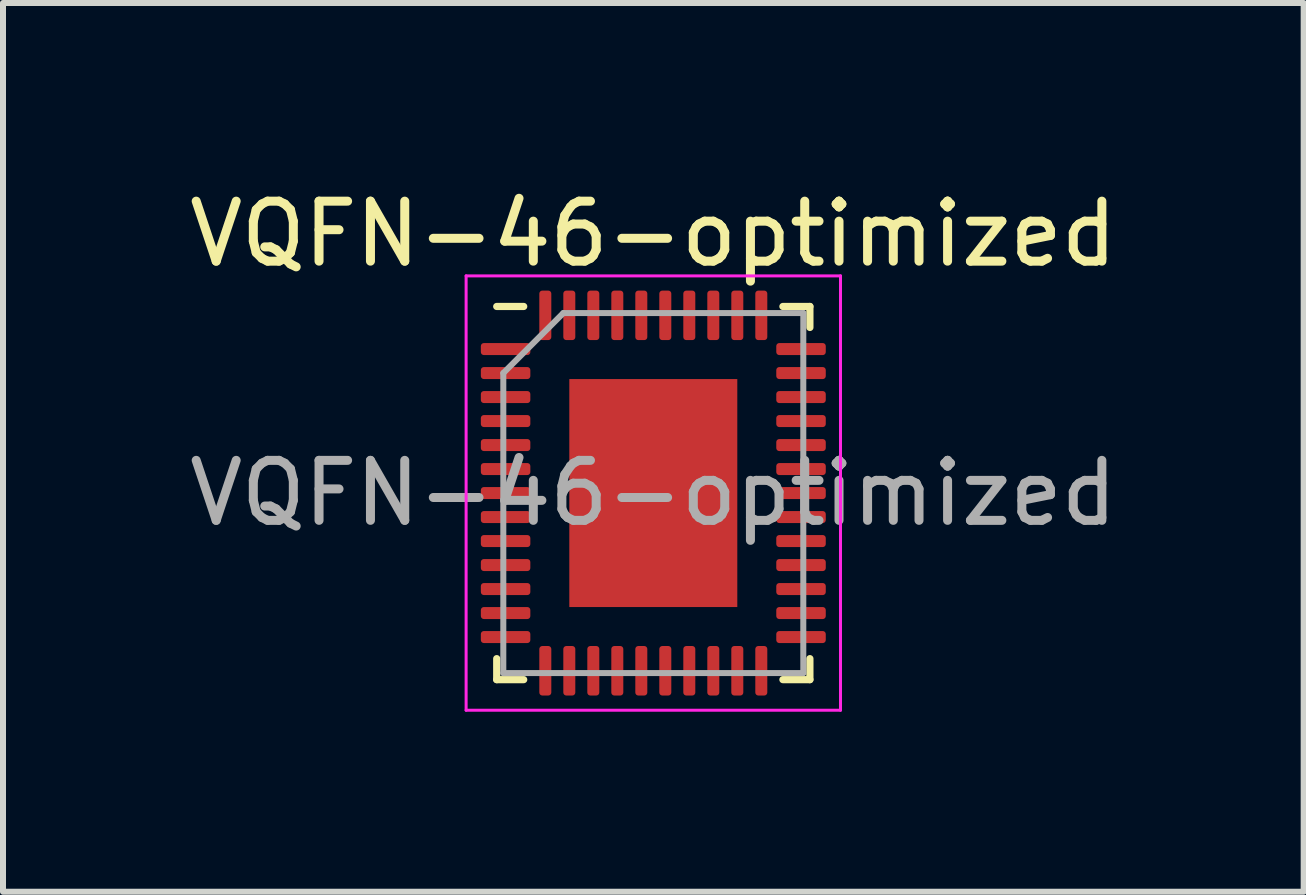
<source format=kicad_pcb>
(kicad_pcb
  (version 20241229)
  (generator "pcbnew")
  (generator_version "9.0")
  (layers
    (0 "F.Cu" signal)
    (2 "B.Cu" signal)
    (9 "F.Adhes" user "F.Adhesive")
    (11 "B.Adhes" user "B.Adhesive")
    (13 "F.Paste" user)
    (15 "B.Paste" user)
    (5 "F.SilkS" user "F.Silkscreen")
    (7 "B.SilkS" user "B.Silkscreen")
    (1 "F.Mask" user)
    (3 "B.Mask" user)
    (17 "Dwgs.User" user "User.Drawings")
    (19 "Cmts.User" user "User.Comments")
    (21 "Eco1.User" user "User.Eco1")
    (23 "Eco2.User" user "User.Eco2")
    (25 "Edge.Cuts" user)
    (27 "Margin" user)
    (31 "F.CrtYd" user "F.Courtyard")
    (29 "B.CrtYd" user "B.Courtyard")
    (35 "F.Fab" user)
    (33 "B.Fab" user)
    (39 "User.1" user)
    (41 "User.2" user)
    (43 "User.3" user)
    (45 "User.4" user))
  (footprint "VQFN-46-optimized"
    (layer "F.Cu")
    (at 7.839 5.168)
    (property "Reference" "VQFN-46-optimized" (at 0 -4.32 0) (layer "F.SilkS") (effects (font (size 1 1) (thickness 0.15))))
    (attr smd)
    (fp_line (start -2.61 3.11) (end -2.61 2.76) (stroke (width 0.12) (type solid)) (layer "F.SilkS"))
    (fp_line (start -2.16 -3.11) (end -2.61 -3.11) (stroke (width 0.12) (type solid)) (layer "F.SilkS"))
    (fp_line (start -2.16 3.11) (end -2.61 3.11) (stroke (width 0.12) (type solid)) (layer "F.SilkS"))
    (fp_line (start 2.16 -3.11) (end 2.61 -3.11) (stroke (width 0.12) (type solid)) (layer "F.SilkS"))
    (fp_line (start 2.16 3.11) (end 2.61 3.11) (stroke (width 0.12) (type solid)) (layer "F.SilkS"))
    (fp_line (start 2.61 -3.11) (end 2.61 -2.76) (stroke (width 0.12) (type solid)) (layer "F.SilkS"))
    (fp_line (start 2.61 3.11) (end 2.61 2.76) (stroke (width 0.12) (type solid)) (layer "F.SilkS"))
    (fp_line (start -3.12 -3.62) (end -3.12 3.62) (stroke (width 0.05) (type solid)) (layer "F.CrtYd"))
    (fp_line (start -3.12 3.62) (end 3.12 3.62) (stroke (width 0.05) (type solid)) (layer "F.CrtYd"))
    (fp_line (start 3.12 -3.62) (end -3.12 -3.62) (stroke (width 0.05) (type solid)) (layer "F.CrtYd"))
    (fp_line (start 3.12 3.62) (end 3.12 -3.62) (stroke (width 0.05) (type solid)) (layer "F.CrtYd"))
    (fp_line (start -2.5 -2) (end -1.5 -3) (stroke (width 0.1) (type solid)) (layer "F.Fab"))
    (fp_line (start -2.5 3) (end -2.5 -2) (stroke (width 0.1) (type solid)) (layer "F.Fab"))
    (fp_line (start -1.5 -3) (end 2.5 -3) (stroke (width 0.1) (type solid)) (layer "F.Fab"))
    (fp_line (start 2.5 -3) (end 2.5 3) (stroke (width 0.1) (type solid)) (layer "F.Fab"))
    (fp_line (start 2.5 3) (end -2.5 3) (stroke (width 0.1) (type solid)) (layer "F.Fab"))
    (fp_text user "${REFERENCE}" (at 0 0 0) (layer "F.Fab") (effects (font (size 1 1) (thickness 0.15))))
    (pad "" smd roundrect (at -0.7 -1.27) (size 1.13 1.02) (layers "F.Paste") (roundrect_rratio 0.245))
    (pad "" smd roundrect (at -0.7 0) (size 1.13 1.02) (layers "F.Paste") (roundrect_rratio 0.245))
    (pad "" smd roundrect (at -0.7 1.27) (size 1.13 1.02) (layers "F.Paste") (roundrect_rratio 0.245))
    (pad "" smd roundrect (at 0.7 -1.27) (size 1.13 1.02) (layers "F.Paste") (roundrect_rratio 0.245))
    (pad "" smd roundrect (at 0.7 0) (size 1.13 1.02) (layers "F.Paste") (roundrect_rratio 0.245))
    (pad "" smd roundrect (at 0.7 1.27) (size 1.13 1.02) (layers "F.Paste") (roundrect_rratio 0.245))
    (pad "1" smd roundrect (at -2.462 -2.4) (size 0.825 0.2) (layers "F.Cu" "F.Mask" "F.Paste") (roundrect_rratio 0.25))
    (pad "2" smd roundrect (at -2.462 -2) (size 0.825 0.2) (layers "F.Cu" "F.Mask" "F.Paste") (roundrect_rratio 0.25))
    (pad "3" smd roundrect (at -2.462 -1.6) (size 0.825 0.2) (layers "F.Cu" "F.Mask" "F.Paste") (roundrect_rratio 0.25))
    (pad "4" smd roundrect (at -2.462 -1.2) (size 0.825 0.2) (layers "F.Cu" "F.Mask" "F.Paste") (roundrect_rratio 0.25))
    (pad "5" smd roundrect (at -2.462 -0.8) (size 0.825 0.2) (layers "F.Cu" "F.Mask" "F.Paste") (roundrect_rratio 0.25))
    (pad "6" smd roundrect (at -2.462 -0.4) (size 0.825 0.2) (layers "F.Cu" "F.Mask" "F.Paste") (roundrect_rratio 0.25))
    (pad "7" smd roundrect (at -2.462 0) (size 0.825 0.2) (layers "F.Cu" "F.Mask" "F.Paste") (roundrect_rratio 0.25))
    (pad "8" smd roundrect (at -2.462 0.4) (size 0.825 0.2) (layers "F.Cu" "F.Mask" "F.Paste") (roundrect_rratio 0.25))
    (pad "9" smd roundrect (at -2.462 0.8) (size 0.825 0.2) (layers "F.Cu" "F.Mask" "F.Paste") (roundrect_rratio 0.25))
    (pad "10" smd roundrect (at -2.462 1.2) (size 0.825 0.2) (layers "F.Cu" "F.Mask" "F.Paste") (roundrect_rratio 0.25))
    (pad "11" smd roundrect (at -2.462 1.6) (size 0.825 0.2) (layers "F.Cu" "F.Mask" "F.Paste") (roundrect_rratio 0.25))
    (pad "12" smd roundrect (at -2.462 2) (size 0.825 0.2) (layers "F.Cu" "F.Mask" "F.Paste") (roundrect_rratio 0.25))
    (pad "13" smd roundrect (at -2.462 2.4) (size 0.825 0.2) (layers "F.Cu" "F.Mask" "F.Paste") (roundrect_rratio 0.25))
    (pad "14" smd roundrect (at -1.8 2.962) (size 0.2 0.825) (layers "F.Cu" "F.Mask" "F.Paste") (roundrect_rratio 0.25))
    (pad "15" smd roundrect (at -1.4 2.962) (size 0.2 0.825) (layers "F.Cu" "F.Mask" "F.Paste") (roundrect_rratio 0.25))
    (pad "16" smd roundrect (at -1 2.962) (size 0.2 0.825) (layers "F.Cu" "F.Mask" "F.Paste") (roundrect_rratio 0.25))
    (pad "17" smd roundrect (at -0.6 2.962) (size 0.2 0.825) (layers "F.Cu" "F.Mask" "F.Paste") (roundrect_rratio 0.25))
    (pad "18" smd roundrect (at -0.2 2.962) (size 0.2 0.825) (layers "F.Cu" "F.Mask" "F.Paste") (roundrect_rratio 0.25))
    (pad "19" smd roundrect (at 0.2 2.962) (size 0.2 0.825) (layers "F.Cu" "F.Mask" "F.Paste") (roundrect_rratio 0.25))
    (pad "20" smd roundrect (at 0.6 2.962) (size 0.2 0.825) (layers "F.Cu" "F.Mask" "F.Paste") (roundrect_rratio 0.25))
    (pad "21" smd roundrect (at 1 2.962) (size 0.2 0.825) (layers "F.Cu" "F.Mask" "F.Paste") (roundrect_rratio 0.25))
    (pad "22" smd roundrect (at 1.4 2.962) (size 0.2 0.825) (layers "F.Cu" "F.Mask" "F.Paste") (roundrect_rratio 0.25))
    (pad "23" smd roundrect (at 1.8 2.962) (size 0.2 0.825) (layers "F.Cu" "F.Mask" "F.Paste") (roundrect_rratio 0.25))
    (pad "24" smd roundrect (at 2.462 2.4) (size 0.825 0.2) (layers "F.Cu" "F.Mask" "F.Paste") (roundrect_rratio 0.25))
    (pad "25" smd roundrect (at 2.462 2) (size 0.825 0.2) (layers "F.Cu" "F.Mask" "F.Paste") (roundrect_rratio 0.25))
    (pad "26" smd roundrect (at 2.462 1.6) (size 0.825 0.2) (layers "F.Cu" "F.Mask" "F.Paste") (roundrect_rratio 0.25))
    (pad "27" smd roundrect (at 2.462 1.2) (size 0.825 0.2) (layers "F.Cu" "F.Mask" "F.Paste") (roundrect_rratio 0.25))
    (pad "28" smd roundrect (at 2.462 0.8) (size 0.825 0.2) (layers "F.Cu" "F.Mask" "F.Paste") (roundrect_rratio 0.25))
    (pad "29" smd roundrect (at 2.462 0.4) (size 0.825 0.2) (layers "F.Cu" "F.Mask" "F.Paste") (roundrect_rratio 0.25))
    (pad "30" smd roundrect (at 2.462 0) (size 0.825 0.2) (layers "F.Cu" "F.Mask" "F.Paste") (roundrect_rratio 0.25))
    (pad "31" smd roundrect (at 2.462 -0.4) (size 0.825 0.2) (layers "F.Cu" "F.Mask" "F.Paste") (roundrect_rratio 0.25))
    (pad "32" smd roundrect (at 2.462 -0.8) (size 0.825 0.2) (layers "F.Cu" "F.Mask" "F.Paste") (roundrect_rratio 0.25))
    (pad "33" smd roundrect (at 2.462 -1.2) (size 0.825 0.2) (layers "F.Cu" "F.Mask" "F.Paste") (roundrect_rratio 0.25))
    (pad "34" smd roundrect (at 2.462 -1.6) (size 0.825 0.2) (layers "F.Cu" "F.Mask" "F.Paste") (roundrect_rratio 0.25))
    (pad "35" smd roundrect (at 2.462 -2) (size 0.825 0.2) (layers "F.Cu" "F.Mask" "F.Paste") (roundrect_rratio 0.25))
    (pad "36" smd roundrect (at 2.462 -2.4) (size 0.825 0.2) (layers "F.Cu" "F.Mask" "F.Paste") (roundrect_rratio 0.25))
    (pad "37" smd roundrect (at 1.8 -2.962) (size 0.2 0.825) (layers "F.Cu" "F.Mask" "F.Paste") (roundrect_rratio 0.25))
    (pad "38" smd roundrect (at 1.4 -2.962) (size 0.2 0.825) (layers "F.Cu" "F.Mask" "F.Paste") (roundrect_rratio 0.25))
    (pad "39" smd roundrect (at 1 -2.962) (size 0.2 0.825) (layers "F.Cu" "F.Mask" "F.Paste") (roundrect_rratio 0.25))
    (pad "40" smd roundrect (at 0.6 -2.962) (size 0.2 0.825) (layers "F.Cu" "F.Mask" "F.Paste") (roundrect_rratio 0.25))
    (pad "41" smd roundrect (at 0.2 -2.962) (size 0.2 0.825) (layers "F.Cu" "F.Mask" "F.Paste") (roundrect_rratio 0.25))
    (pad "42" smd roundrect (at -0.2 -2.962) (size 0.2 0.825) (layers "F.Cu" "F.Mask" "F.Paste") (roundrect_rratio 0.25))
    (pad "43" smd roundrect (at -0.6 -2.962) (size 0.2 0.825) (layers "F.Cu" "F.Mask" "F.Paste") (roundrect_rratio 0.25))
    (pad "44" smd roundrect (at -1 -2.962) (size 0.2 0.825) (layers "F.Cu" "F.Mask" "F.Paste") (roundrect_rratio 0.25))
    (pad "45" smd roundrect (at -1.4 -2.962) (size 0.2 0.825) (layers "F.Cu" "F.Mask" "F.Paste") (roundrect_rratio 0.25))
    (pad "46" smd roundrect (at -1.8 -2.962) (size 0.2 0.825) (layers "F.Cu" "F.Mask" "F.Paste") (roundrect_rratio 0.25))
    (pad "47" smd rect (at 0 0) (size 2.8 3.8) (layers "F.Cu" "F.Mask")))
  (gr_rect
    (start -3 -3)
    (end 18.679 11.813)
    (stroke (width 0.1) (type default))
    (fill no)
    (layer "Edge.Cuts")))
</source>
